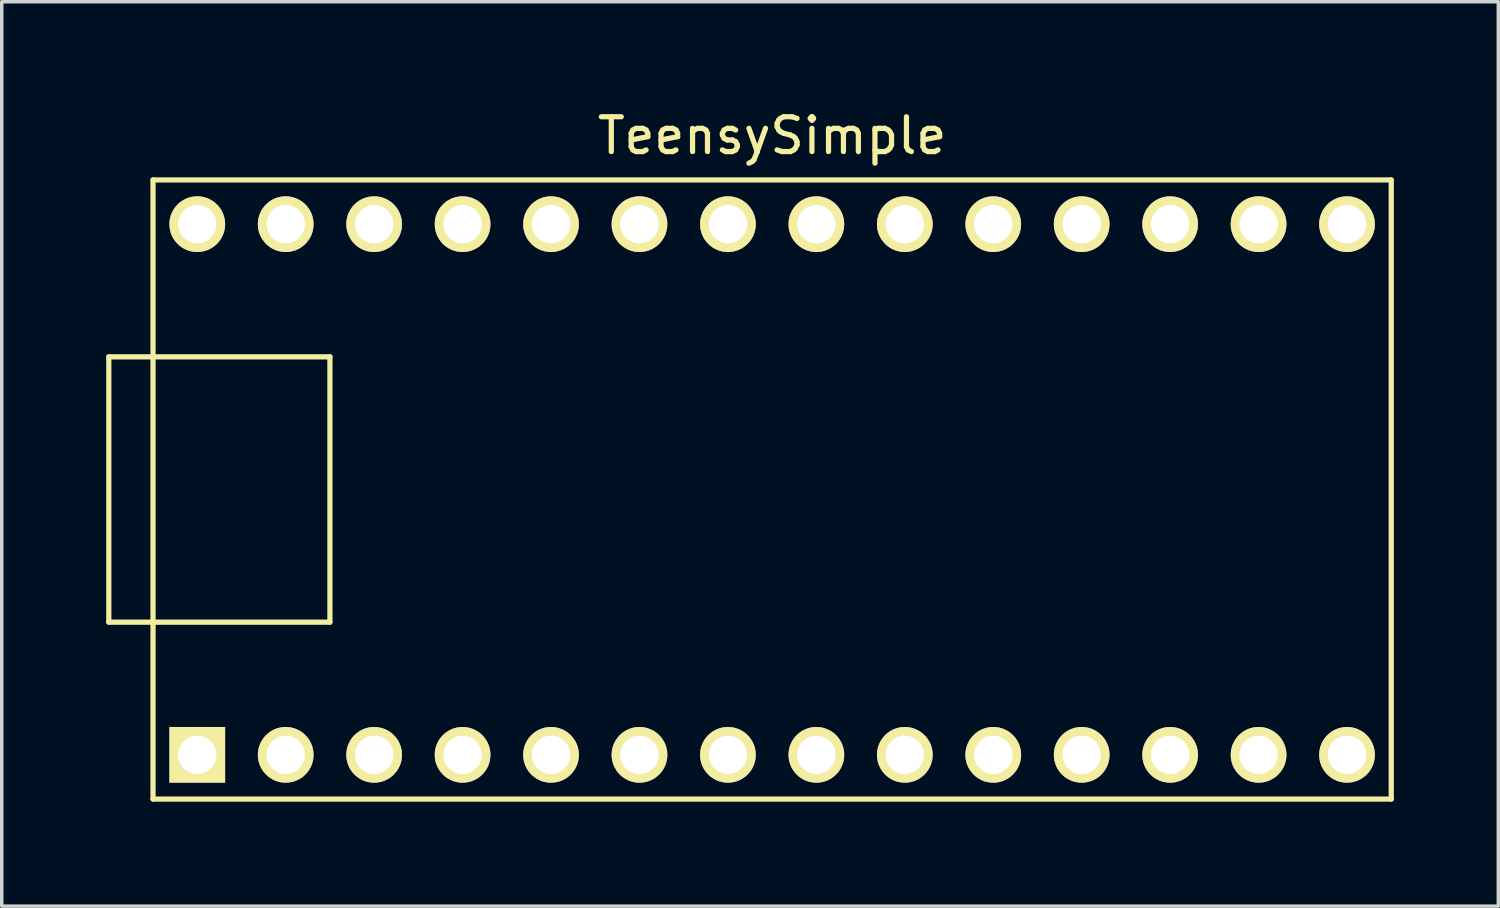
<source format=kicad_pcb>
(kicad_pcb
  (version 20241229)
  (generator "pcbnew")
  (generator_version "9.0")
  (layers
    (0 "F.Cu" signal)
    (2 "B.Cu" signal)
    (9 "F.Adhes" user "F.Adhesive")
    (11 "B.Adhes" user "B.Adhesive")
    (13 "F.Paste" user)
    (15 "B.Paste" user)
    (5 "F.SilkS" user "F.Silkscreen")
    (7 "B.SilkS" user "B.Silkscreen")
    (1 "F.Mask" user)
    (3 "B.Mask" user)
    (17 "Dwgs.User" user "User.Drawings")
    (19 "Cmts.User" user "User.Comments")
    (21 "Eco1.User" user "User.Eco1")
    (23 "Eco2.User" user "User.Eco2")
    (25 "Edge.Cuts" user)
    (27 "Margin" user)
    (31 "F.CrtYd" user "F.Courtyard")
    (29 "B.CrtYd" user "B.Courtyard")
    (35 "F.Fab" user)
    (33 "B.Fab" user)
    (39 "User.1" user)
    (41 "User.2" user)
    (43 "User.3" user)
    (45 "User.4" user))
  (footprint "TeensySimple"
    (layer "F.Cu")
    (at 19.125 11.008)
    (property "Reference" "TeensySimple" (at 0 -10.16 0) (layer "F.SilkS") (effects (font (size 1 1) (thickness 0.15))))
    (attr through_hole)
    (fp_line (start -19.05 -3.81) (end -17.78 -3.81) (stroke (width 0.15) (type solid)) (layer "F.SilkS"))
    (fp_line (start -19.05 3.81) (end -19.05 -3.81) (stroke (width 0.15) (type solid)) (layer "F.SilkS"))
    (fp_line (start -17.78 -8.89) (end 17.78 -8.89) (stroke (width 0.15) (type solid)) (layer "F.SilkS"))
    (fp_line (start -17.78 3.81) (end -19.05 3.81) (stroke (width 0.15) (type solid)) (layer "F.SilkS"))
    (fp_line (start -17.78 8.89) (end -17.78 -8.89) (stroke (width 0.15) (type solid)) (layer "F.SilkS"))
    (fp_line (start -12.7 -3.81) (end -17.78 -3.81) (stroke (width 0.15) (type solid)) (layer "F.SilkS"))
    (fp_line (start -12.7 3.81) (end -17.78 3.81) (stroke (width 0.15) (type solid)) (layer "F.SilkS"))
    (fp_line (start -12.7 3.81) (end -12.7 -3.81) (stroke (width 0.15) (type solid)) (layer "F.SilkS"))
    (fp_line (start 17.78 -8.89) (end 17.78 8.89) (stroke (width 0.15) (type solid)) (layer "F.SilkS"))
    (fp_line (start 17.78 8.89) (end -17.78 8.89) (stroke (width 0.15) (type solid)) (layer "F.SilkS"))
    (pad "1" thru_hole rect (at -16.51 7.62) (size 1.6 1.6) (drill 1.1) (layers "*.Cu" "*.Mask" "F.SilkS"))
    (pad "2" thru_hole circle (at -13.97 7.62) (size 1.6 1.6) (drill 1.1) (layers "*.Cu" "*.Mask" "F.SilkS"))
    (pad "3" thru_hole circle (at -11.43 7.62) (size 1.6 1.6) (drill 1.1) (layers "*.Cu" "*.Mask" "F.SilkS"))
    (pad "4" thru_hole circle (at -8.89 7.62) (size 1.6 1.6) (drill 1.1) (layers "*.Cu" "*.Mask" "F.SilkS"))
    (pad "5" thru_hole circle (at -6.35 7.62) (size 1.6 1.6) (drill 1.1) (layers "*.Cu" "*.Mask" "F.SilkS"))
    (pad "6" thru_hole circle (at -3.81 7.62) (size 1.6 1.6) (drill 1.1) (layers "*.Cu" "*.Mask" "F.SilkS"))
    (pad "7" thru_hole circle (at -1.27 7.62) (size 1.6 1.6) (drill 1.1) (layers "*.Cu" "*.Mask" "F.SilkS"))
    (pad "8" thru_hole circle (at 1.27 7.62) (size 1.6 1.6) (drill 1.1) (layers "*.Cu" "*.Mask" "F.SilkS"))
    (pad "9" thru_hole circle (at 3.81 7.62) (size 1.6 1.6) (drill 1.1) (layers "*.Cu" "*.Mask" "F.SilkS"))
    (pad "10" thru_hole circle (at 6.35 7.62) (size 1.6 1.6) (drill 1.1) (layers "*.Cu" "*.Mask" "F.SilkS"))
    (pad "11" thru_hole circle (at 8.89 7.62) (size 1.6 1.6) (drill 1.1) (layers "*.Cu" "*.Mask" "F.SilkS"))
    (pad "12" thru_hole circle (at 11.43 7.62) (size 1.6 1.6) (drill 1.1) (layers "*.Cu" "*.Mask" "F.SilkS"))
    (pad "13" thru_hole circle (at 13.97 7.62) (size 1.6 1.6) (drill 1.1) (layers "*.Cu" "*.Mask" "F.SilkS"))
    (pad "14" thru_hole circle (at 16.51 7.62) (size 1.6 1.6) (drill 1.1) (layers "*.Cu" "*.Mask" "F.SilkS"))
    (pad "20" thru_hole circle (at 16.51 -7.62) (size 1.6 1.6) (drill 1.1) (layers "*.Cu" "*.Mask" "F.SilkS"))
    (pad "21" thru_hole circle (at 13.97 -7.62) (size 1.6 1.6) (drill 1.1) (layers "*.Cu" "*.Mask" "F.SilkS"))
    (pad "22" thru_hole circle (at 11.43 -7.62) (size 1.6 1.6) (drill 1.1) (layers "*.Cu" "*.Mask" "F.SilkS"))
    (pad "23" thru_hole circle (at 8.89 -7.62) (size 1.6 1.6) (drill 1.1) (layers "*.Cu" "*.Mask" "F.SilkS"))
    (pad "24" thru_hole circle (at 6.35 -7.62) (size 1.6 1.6) (drill 1.1) (layers "*.Cu" "*.Mask" "F.SilkS"))
    (pad "25" thru_hole circle (at 3.81 -7.62) (size 1.6 1.6) (drill 1.1) (layers "*.Cu" "*.Mask" "F.SilkS"))
    (pad "26" thru_hole circle (at 1.27 -7.62) (size 1.6 1.6) (drill 1.1) (layers "*.Cu" "*.Mask" "F.SilkS"))
    (pad "27" thru_hole circle (at -1.27 -7.62) (size 1.6 1.6) (drill 1.1) (layers "*.Cu" "*.Mask" "F.SilkS"))
    (pad "28" thru_hole circle (at -3.81 -7.62) (size 1.6 1.6) (drill 1.1) (layers "*.Cu" "*.Mask" "F.SilkS"))
    (pad "29" thru_hole circle (at -6.35 -7.62) (size 1.6 1.6) (drill 1.1) (layers "*.Cu" "*.Mask" "F.SilkS"))
    (pad "30" thru_hole circle (at -8.89 -7.62) (size 1.6 1.6) (drill 1.1) (layers "*.Cu" "*.Mask" "F.SilkS"))
    (pad "31" thru_hole circle (at -11.43 -7.62) (size 1.6 1.6) (drill 1.1) (layers "*.Cu" "*.Mask" "F.SilkS"))
    (pad "32" thru_hole circle (at -13.97 -7.62) (size 1.6 1.6) (drill 1.1) (layers "*.Cu" "*.Mask" "F.SilkS"))
    (pad "33" thru_hole circle (at -16.51 -7.62) (size 1.6 1.6) (drill 1.1) (layers "*.Cu" "*.Mask" "F.SilkS")))
  (gr_rect
    (start -3 -3)
    (end 39.98 22.973)
    (stroke (width 0.1) (type default))
    (fill no)
    (layer "Edge.Cuts")))
</source>
